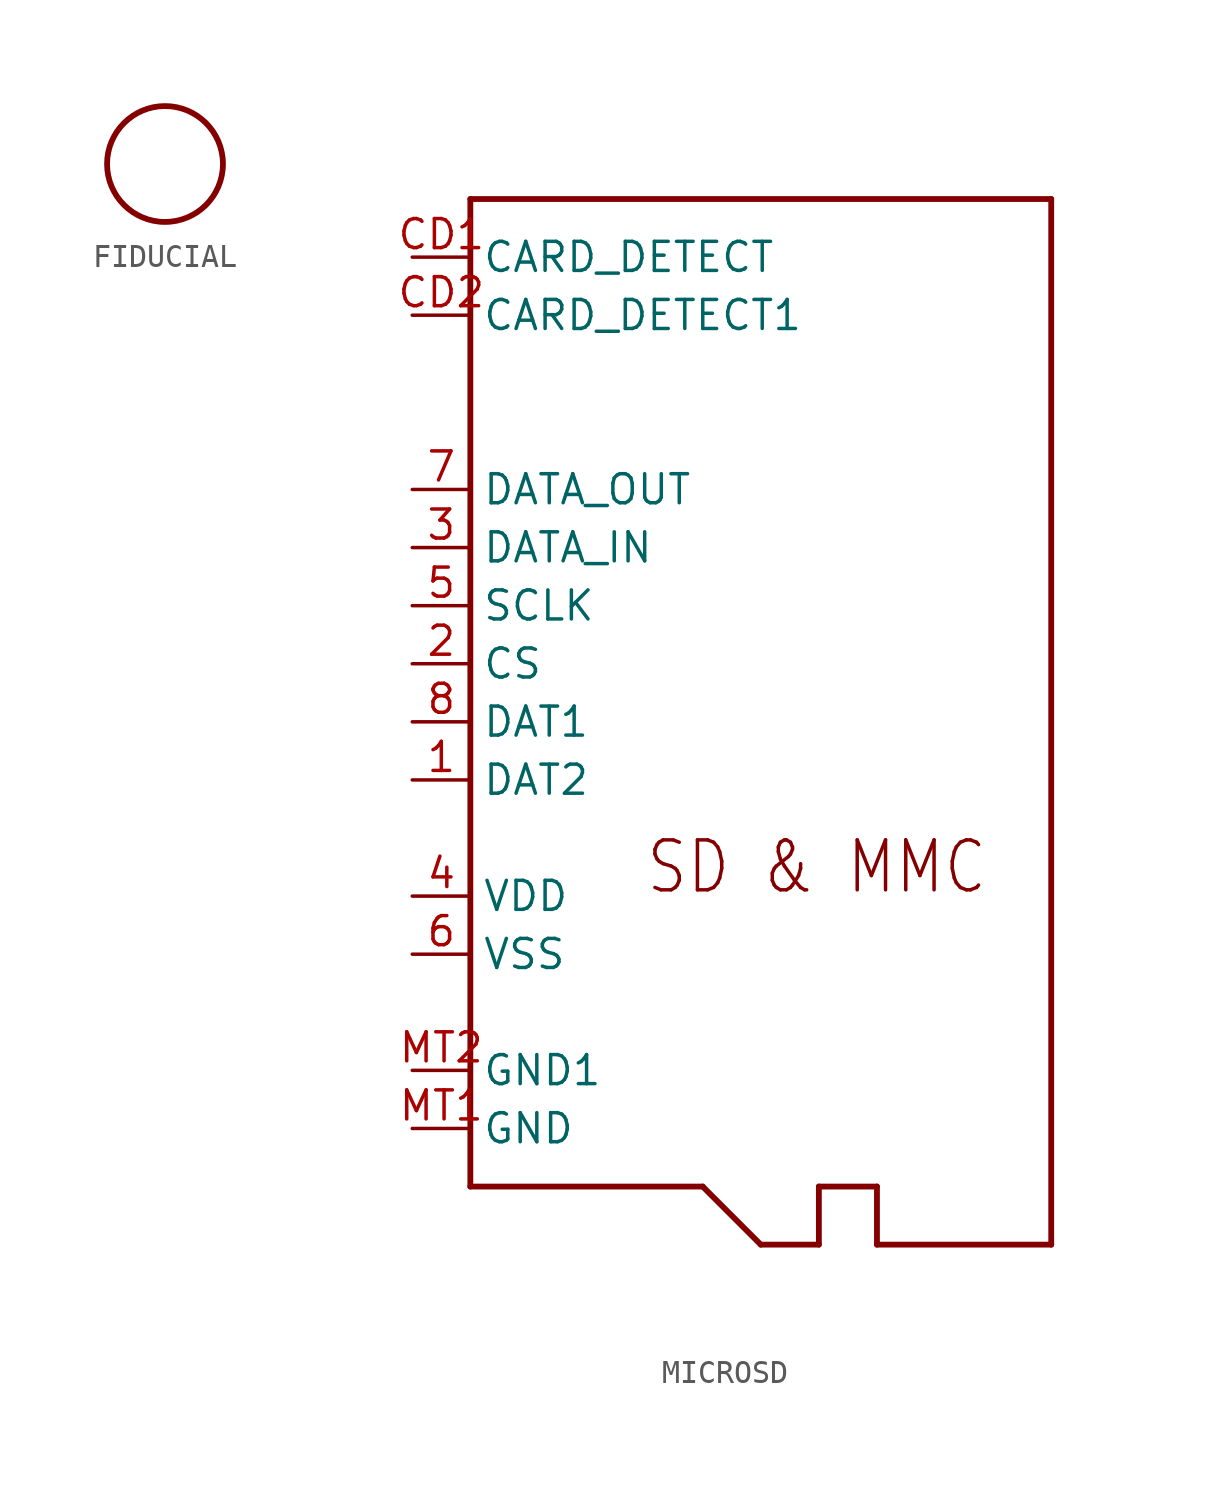
<source format=kicad_sym>
(kicad_symbol_lib
  (version 20211014)
  (generator kicad_symbol_editor)
  (symbol "FIDUCIAL"
    (property "Reference" ""
      (at 0 0 0)
      (effects (font (size 1.27 1.27)) hide))
    (property "ki_locked" ""
      (at 0 0 0)
      (effects (font (size 1.27 1.27))))
    (symbol "FIDUCIAL_1_0"
      (circle (center 0 0) (radius 2.54) (stroke (width 0.254) (type default) (color 0 0 0 0)) (fill (type none)))))
  (symbol "MICROSD"
    (property "Reference" ""
      (at 0 0 0)
      (effects (font (size 1.27 1.27)) hide))
    (property "ki_locked" ""
      (at 0 0 0)
      (effects (font (size 1.27 1.27))))
    (symbol "MICROSD_1_0"
      (polyline (pts (xy -15.24 -22.86) (xy -5.08 -22.86)) (stroke (width 0.254) (type default) (color 0 0 0 0)) (fill (type none)))
      (polyline (pts (xy -15.24 20.32) (xy -15.24 -22.86)) (stroke (width 0.254) (type default) (color 0 0 0 0)) (fill (type none)))
      (polyline (pts (xy -5.08 -22.86) (xy -2.54 -25.4)) (stroke (width 0.254) (type default) (color 0 0 0 0)) (fill (type none)))
      (polyline (pts (xy -2.54 -25.4) (xy 0 -25.4)) (stroke (width 0.254) (type default) (color 0 0 0 0)) (fill (type none)))
      (polyline (pts (xy 0 -25.4) (xy 0 -22.86)) (stroke (width 0.254) (type default) (color 0 0 0 0)) (fill (type none)))
      (polyline (pts (xy 0 -22.86) (xy 2.54 -22.86)) (stroke (width 0.254) (type default) (color 0 0 0 0)) (fill (type none)))
      (polyline (pts (xy 2.54 -25.4) (xy 10.16 -25.4)) (stroke (width 0.254) (type default) (color 0 0 0 0)) (fill (type none)))
      (polyline (pts (xy 2.54 -22.86) (xy 2.54 -25.4)) (stroke (width 0.254) (type default) (color 0 0 0 0)) (fill (type none)))
      (polyline (pts (xy 10.16 -25.4) (xy 10.16 20.32)) (stroke (width 0.254) (type default) (color 0 0 0 0)) (fill (type none)))
      (polyline (pts (xy 10.16 20.32) (xy -15.24 20.32)) (stroke (width 0.254) (type default) (color 0 0 0 0)) (fill (type none)))
      (text "SD & MMC" (at -7.62 -10.16 0) (effects (font (size 2.184 1.857)) (justify left bottom)))
      (pin bidirectional line (at -17.78 -5.08 0) (length 2.54) (name "DAT2" (effects (font (size 1.27 1.27)))) (number "1" (effects (font (size 1.27 1.27)))))
      (pin input line (at -17.78 0 0) (length 2.54) (name "CS" (effects (font (size 1.27 1.27)))) (number "2" (effects (font (size 1.27 1.27)))))
      (pin input line (at -17.78 5.08 0) (length 2.54) (name "DATA_IN" (effects (font (size 1.27 1.27)))) (number "3" (effects (font (size 1.27 1.27)))))
      (pin power_in line (at -17.78 -10.16 0) (length 2.54) (name "VDD" (effects (font (size 1.27 1.27)))) (number "4" (effects (font (size 1.27 1.27)))))
      (pin input line (at -17.78 2.54 0) (length 2.54) (name "SCLK" (effects (font (size 1.27 1.27)))) (number "5" (effects (font (size 1.27 1.27)))))
      (pin power_in line (at -17.78 -12.7 0) (length 2.54) (name "VSS" (effects (font (size 1.27 1.27)))) (number "6" (effects (font (size 1.27 1.27)))))
      (pin output line (at -17.78 7.62 0) (length 2.54) (name "DATA_OUT" (effects (font (size 1.27 1.27)))) (number "7" (effects (font (size 1.27 1.27)))))
      (pin bidirectional line (at -17.78 -2.54 0) (length 2.54) (name "DAT1" (effects (font (size 1.27 1.27)))) (number "8" (effects (font (size 1.27 1.27)))))
      (pin passive line (at -17.78 17.78 0) (length 2.54) (name "CARD_DETECT" (effects (font (size 1.27 1.27)))) (number "CD1" (effects (font (size 1.27 1.27)))))
      (pin passive line (at -17.78 15.24 0) (length 2.54) (name "CARD_DETECT1" (effects (font (size 1.27 1.27)))) (number "CD2" (effects (font (size 1.27 1.27)))))
      (pin power_in line (at -17.78 -20.32 0) (length 2.54) (name "GND" (effects (font (size 1.27 1.27)))) (number "MT1" (effects (font (size 1.27 1.27)))))
      (pin power_in line (at -17.78 -17.78 0) (length 2.54) (name "GND1" (effects (font (size 1.27 1.27)))) (number "MT2" (effects (font (size 1.27 1.27))))))))
</source>
